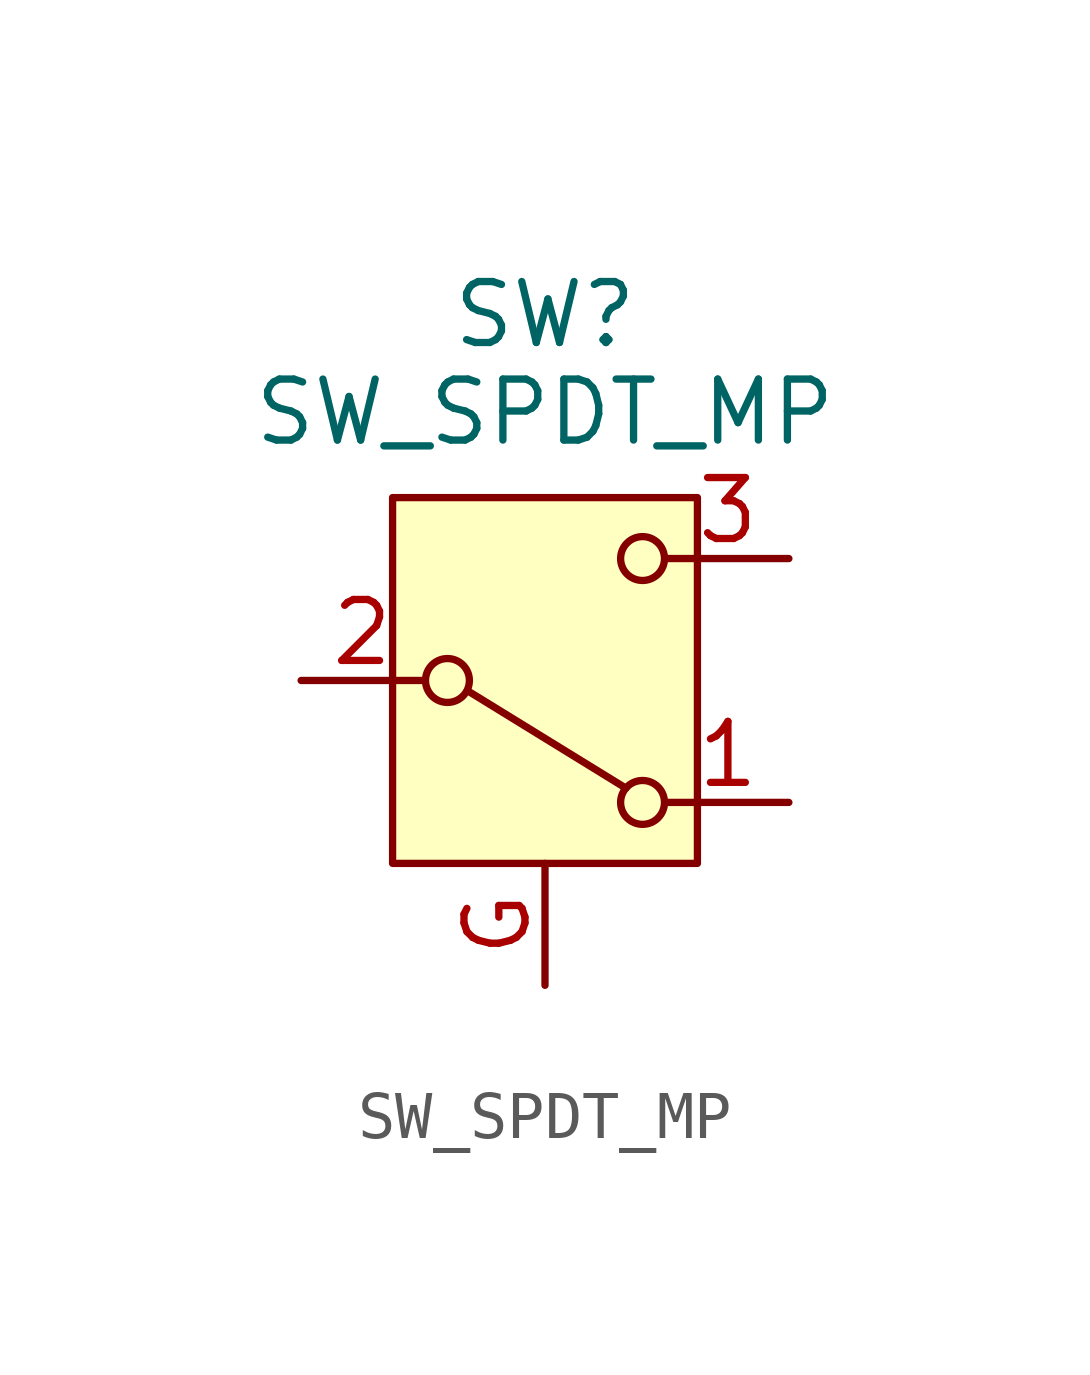
<source format=kicad_sym>
(kicad_symbol_lib
  (version 20231120)
  (generator "kicad_symbol_editor")
  (generator_version "8.0")
  (symbol "SW_SPDT_MP"
    (pin_names
      (offset 0) hide)
    (property "Reference" "SW"
      (at 0 7.62 0)
      (effects (font (size 1.27 1.27))))
    (property "Value" "SW_SPDT_MP"
      (at 0 5.588 0)
      (effects (font (size 1.27 1.27))))
    (symbol "SW_SPDT_MP_0_1"
      (circle (center -2.032 0) (radius 0.457) (stroke (width 0) (type default)) (fill (type none)))
      (polyline (pts (xy -1.616 -0.212) (xy 1.686 -2.244)) (stroke (width 0) (type default)) (fill (type none)))
      (circle (center 2.032 -2.54) (radius 0.457) (stroke (width 0) (type default)) (fill (type none)))
      (circle (center 2.032 2.54) (radius 0.457) (stroke (width 0) (type default)) (fill (type none))))
    (symbol "SW_SPDT_MP_1_1"
      (rectangle (start -3.175 3.81) (end 3.175 -3.81) (stroke (width 0) (type default)) (fill (type background)))
      (pin passive line (at 5.08 -2.54 180) (length 2.54) (name "A" (effects (font (size 1.27 1.27)))) (number "1" (effects (font (size 1.27 1.27)))))
      (pin passive line (at -5.08 0 0) (length 2.54) (name "B" (effects (font (size 1.27 1.27)))) (number "2" (effects (font (size 1.27 1.27)))))
      (pin passive line (at 5.08 2.54 180) (length 2.54) (name "C" (effects (font (size 1.27 1.27)))) (number "3" (effects (font (size 1.27 1.27)))))
      (pin passive line (at 0 -6.35 90) (length 2.54) (name "" (effects (font (size 1.27 1.27)))) (number "G" (effects (font (size 1.27 1.27))))))))
</source>
